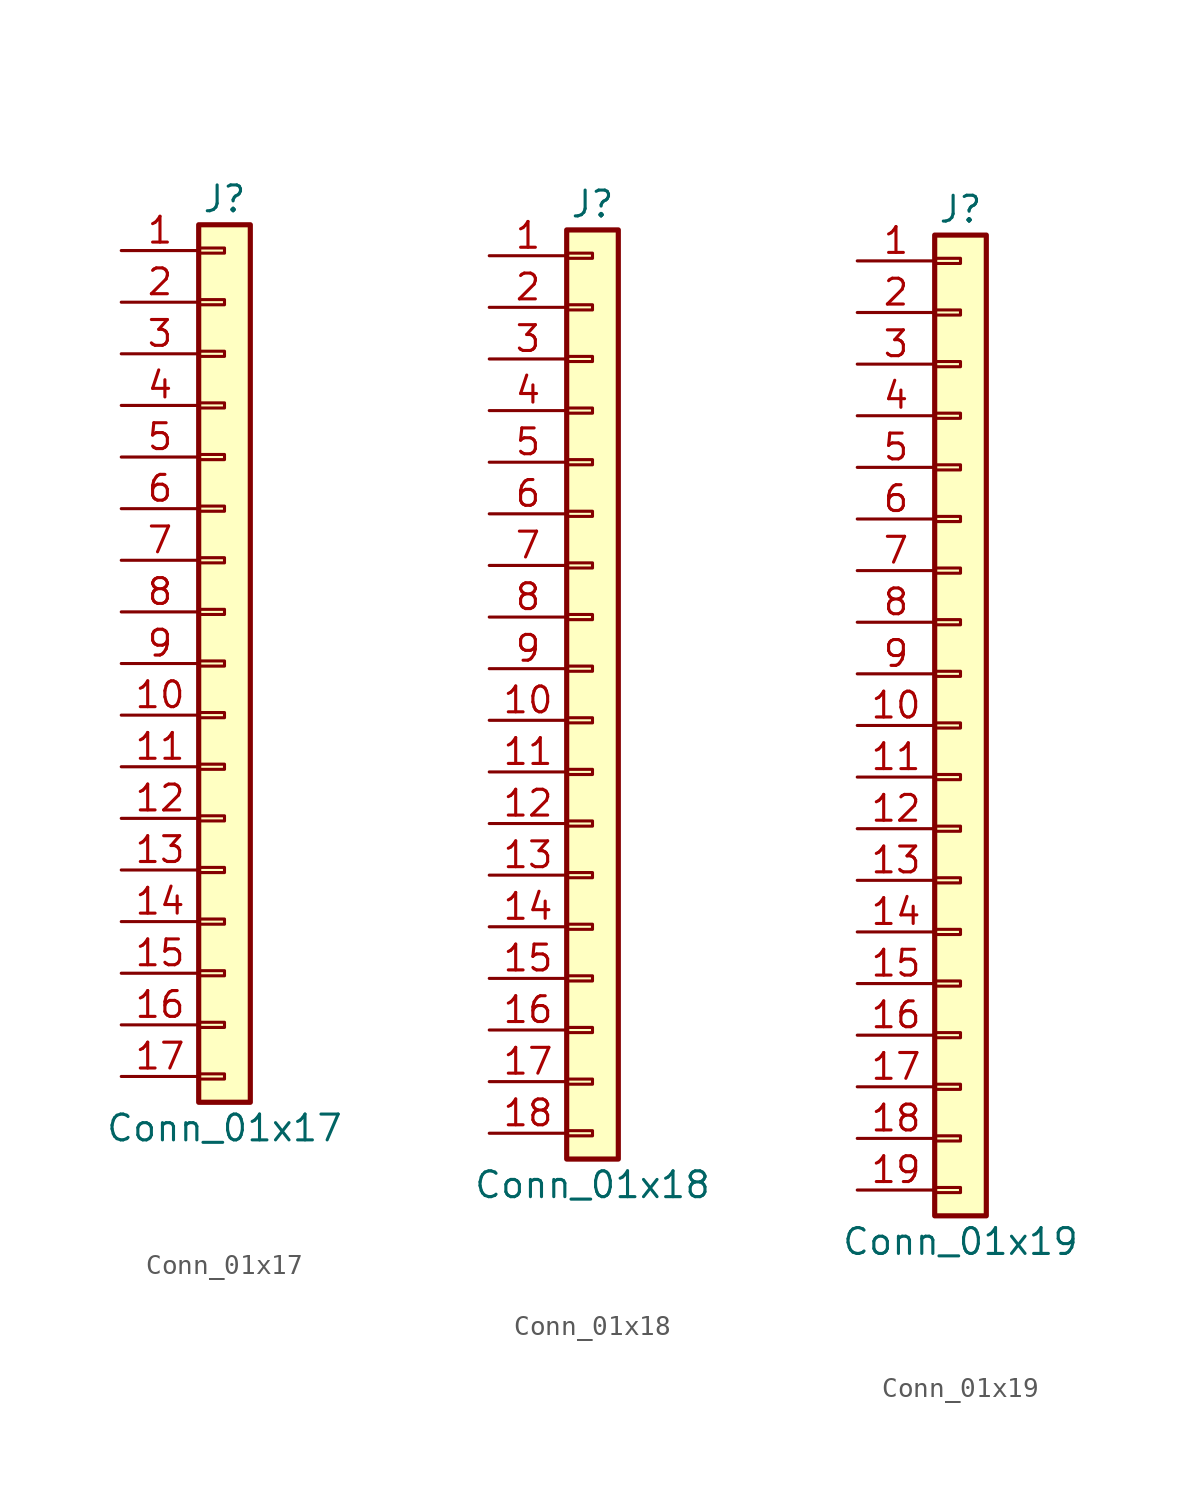
<source format=kicad_sym>
(kicad_symbol_lib
  (version 20201005)
  (generator kicad_symbol_editor)
  (symbol "Connector_Generic:Conn_01x17"
    (pin_names
      (offset 1.016) hide)
    (property "Reference" "J"
      (at 0 22.86 0)
      (effects (font (size 1.27 1.27))))
    (property "Value" "Conn_01x17"
      (at 0 -22.86 0)
      (effects (font (size 1.27 1.27))))
    (symbol "Conn_01x17_1_1"
      (rectangle (start -1.27 -4.953) (end 0 -5.207) (stroke (width 0.152)) (fill (type none)))
      (rectangle (start -1.27 -7.493) (end 0 -7.747) (stroke (width 0.152)) (fill (type none)))
      (rectangle (start -1.27 -10.033) (end 0 -10.287) (stroke (width 0.152)) (fill (type none)))
      (rectangle (start -1.27 -12.573) (end 0 -12.827) (stroke (width 0.152)) (fill (type none)))
      (rectangle (start -1.27 -15.113) (end 0 -15.367) (stroke (width 0.152)) (fill (type none)))
      (rectangle (start -1.27 -17.653) (end 0 -17.907) (stroke (width 0.152)) (fill (type none)))
      (rectangle (start -1.27 -20.193) (end 0 -20.447) (stroke (width 0.152)) (fill (type none)))
      (rectangle (start -1.27 -2.413) (end 0 -2.667) (stroke (width 0.152)) (fill (type none)))
      (rectangle (start -1.27 2.667) (end 0 2.413) (stroke (width 0.152)) (fill (type none)))
      (rectangle (start -1.27 5.207) (end 0 4.953) (stroke (width 0.152)) (fill (type none)))
      (rectangle (start -1.27 7.747) (end 0 7.493) (stroke (width 0.152)) (fill (type none)))
      (rectangle (start -1.27 10.287) (end 0 10.033) (stroke (width 0.152)) (fill (type none)))
      (rectangle (start -1.27 0.127) (end 0 -0.127) (stroke (width 0.152)) (fill (type none)))
      (rectangle (start -1.27 12.827) (end 0 12.573) (stroke (width 0.152)) (fill (type none)))
      (rectangle (start -1.27 15.367) (end 0 15.113) (stroke (width 0.152)) (fill (type none)))
      (rectangle (start -1.27 17.907) (end 0 17.653) (stroke (width 0.152)) (fill (type none)))
      (rectangle (start -1.27 20.447) (end 0 20.193) (stroke (width 0.152)) (fill (type none)))
      (rectangle (start -1.27 21.59) (end 1.27 -21.59) (stroke (width 0.254)) (fill (type background)))
      (pin passive line (at -5.08 20.32 0) (length 3.81) (name "Pin_1" (effects (font (size 1.27 1.27)))) (number "1" (effects (font (size 1.27 1.27)))))
      (pin passive line (at -5.08 -2.54 0) (length 3.81) (name "Pin_10" (effects (font (size 1.27 1.27)))) (number "10" (effects (font (size 1.27 1.27)))))
      (pin passive line (at -5.08 -5.08 0) (length 3.81) (name "Pin_11" (effects (font (size 1.27 1.27)))) (number "11" (effects (font (size 1.27 1.27)))))
      (pin passive line (at -5.08 -7.62 0) (length 3.81) (name "Pin_12" (effects (font (size 1.27 1.27)))) (number "12" (effects (font (size 1.27 1.27)))))
      (pin passive line (at -5.08 -10.16 0) (length 3.81) (name "Pin_13" (effects (font (size 1.27 1.27)))) (number "13" (effects (font (size 1.27 1.27)))))
      (pin passive line (at -5.08 -12.7 0) (length 3.81) (name "Pin_14" (effects (font (size 1.27 1.27)))) (number "14" (effects (font (size 1.27 1.27)))))
      (pin passive line (at -5.08 -15.24 0) (length 3.81) (name "Pin_15" (effects (font (size 1.27 1.27)))) (number "15" (effects (font (size 1.27 1.27)))))
      (pin passive line (at -5.08 -17.78 0) (length 3.81) (name "Pin_16" (effects (font (size 1.27 1.27)))) (number "16" (effects (font (size 1.27 1.27)))))
      (pin passive line (at -5.08 -20.32 0) (length 3.81) (name "Pin_17" (effects (font (size 1.27 1.27)))) (number "17" (effects (font (size 1.27 1.27)))))
      (pin passive line (at -5.08 17.78 0) (length 3.81) (name "Pin_2" (effects (font (size 1.27 1.27)))) (number "2" (effects (font (size 1.27 1.27)))))
      (pin passive line (at -5.08 15.24 0) (length 3.81) (name "Pin_3" (effects (font (size 1.27 1.27)))) (number "3" (effects (font (size 1.27 1.27)))))
      (pin passive line (at -5.08 12.7 0) (length 3.81) (name "Pin_4" (effects (font (size 1.27 1.27)))) (number "4" (effects (font (size 1.27 1.27)))))
      (pin passive line (at -5.08 10.16 0) (length 3.81) (name "Pin_5" (effects (font (size 1.27 1.27)))) (number "5" (effects (font (size 1.27 1.27)))))
      (pin passive line (at -5.08 7.62 0) (length 3.81) (name "Pin_6" (effects (font (size 1.27 1.27)))) (number "6" (effects (font (size 1.27 1.27)))))
      (pin passive line (at -5.08 5.08 0) (length 3.81) (name "Pin_7" (effects (font (size 1.27 1.27)))) (number "7" (effects (font (size 1.27 1.27)))))
      (pin passive line (at -5.08 2.54 0) (length 3.81) (name "Pin_8" (effects (font (size 1.27 1.27)))) (number "8" (effects (font (size 1.27 1.27)))))
      (pin passive line (at -5.08 0 0) (length 3.81) (name "Pin_9" (effects (font (size 1.27 1.27)))) (number "9" (effects (font (size 1.27 1.27)))))))
  (symbol "Connector_Generic:Conn_01x18"
    (pin_names
      (offset 1.016) hide)
    (property "Reference" "J"
      (at 0 22.86 0)
      (effects (font (size 1.27 1.27))))
    (property "Value" "Conn_01x18"
      (at 0 -25.4 0)
      (effects (font (size 1.27 1.27))))
    (symbol "Conn_01x18_1_1"
      (rectangle (start -1.27 -4.953) (end 0 -5.207) (stroke (width 0.152)) (fill (type none)))
      (rectangle (start -1.27 -7.493) (end 0 -7.747) (stroke (width 0.152)) (fill (type none)))
      (rectangle (start -1.27 -10.033) (end 0 -10.287) (stroke (width 0.152)) (fill (type none)))
      (rectangle (start -1.27 -12.573) (end 0 -12.827) (stroke (width 0.152)) (fill (type none)))
      (rectangle (start -1.27 -15.113) (end 0 -15.367) (stroke (width 0.152)) (fill (type none)))
      (rectangle (start -1.27 -17.653) (end 0 -17.907) (stroke (width 0.152)) (fill (type none)))
      (rectangle (start -1.27 -20.193) (end 0 -20.447) (stroke (width 0.152)) (fill (type none)))
      (rectangle (start -1.27 -22.733) (end 0 -22.987) (stroke (width 0.152)) (fill (type none)))
      (rectangle (start -1.27 -2.413) (end 0 -2.667) (stroke (width 0.152)) (fill (type none)))
      (rectangle (start -1.27 2.667) (end 0 2.413) (stroke (width 0.152)) (fill (type none)))
      (rectangle (start -1.27 5.207) (end 0 4.953) (stroke (width 0.152)) (fill (type none)))
      (rectangle (start -1.27 7.747) (end 0 7.493) (stroke (width 0.152)) (fill (type none)))
      (rectangle (start -1.27 10.287) (end 0 10.033) (stroke (width 0.152)) (fill (type none)))
      (rectangle (start -1.27 0.127) (end 0 -0.127) (stroke (width 0.152)) (fill (type none)))
      (rectangle (start -1.27 12.827) (end 0 12.573) (stroke (width 0.152)) (fill (type none)))
      (rectangle (start -1.27 15.367) (end 0 15.113) (stroke (width 0.152)) (fill (type none)))
      (rectangle (start -1.27 17.907) (end 0 17.653) (stroke (width 0.152)) (fill (type none)))
      (rectangle (start -1.27 20.447) (end 0 20.193) (stroke (width 0.152)) (fill (type none)))
      (rectangle (start -1.27 21.59) (end 1.27 -24.13) (stroke (width 0.254)) (fill (type background)))
      (pin passive line (at -5.08 20.32 0) (length 3.81) (name "Pin_1" (effects (font (size 1.27 1.27)))) (number "1" (effects (font (size 1.27 1.27)))))
      (pin passive line (at -5.08 -2.54 0) (length 3.81) (name "Pin_10" (effects (font (size 1.27 1.27)))) (number "10" (effects (font (size 1.27 1.27)))))
      (pin passive line (at -5.08 -5.08 0) (length 3.81) (name "Pin_11" (effects (font (size 1.27 1.27)))) (number "11" (effects (font (size 1.27 1.27)))))
      (pin passive line (at -5.08 -7.62 0) (length 3.81) (name "Pin_12" (effects (font (size 1.27 1.27)))) (number "12" (effects (font (size 1.27 1.27)))))
      (pin passive line (at -5.08 -10.16 0) (length 3.81) (name "Pin_13" (effects (font (size 1.27 1.27)))) (number "13" (effects (font (size 1.27 1.27)))))
      (pin passive line (at -5.08 -12.7 0) (length 3.81) (name "Pin_14" (effects (font (size 1.27 1.27)))) (number "14" (effects (font (size 1.27 1.27)))))
      (pin passive line (at -5.08 -15.24 0) (length 3.81) (name "Pin_15" (effects (font (size 1.27 1.27)))) (number "15" (effects (font (size 1.27 1.27)))))
      (pin passive line (at -5.08 -17.78 0) (length 3.81) (name "Pin_16" (effects (font (size 1.27 1.27)))) (number "16" (effects (font (size 1.27 1.27)))))
      (pin passive line (at -5.08 -20.32 0) (length 3.81) (name "Pin_17" (effects (font (size 1.27 1.27)))) (number "17" (effects (font (size 1.27 1.27)))))
      (pin passive line (at -5.08 -22.86 0) (length 3.81) (name "Pin_18" (effects (font (size 1.27 1.27)))) (number "18" (effects (font (size 1.27 1.27)))))
      (pin passive line (at -5.08 17.78 0) (length 3.81) (name "Pin_2" (effects (font (size 1.27 1.27)))) (number "2" (effects (font (size 1.27 1.27)))))
      (pin passive line (at -5.08 15.24 0) (length 3.81) (name "Pin_3" (effects (font (size 1.27 1.27)))) (number "3" (effects (font (size 1.27 1.27)))))
      (pin passive line (at -5.08 12.7 0) (length 3.81) (name "Pin_4" (effects (font (size 1.27 1.27)))) (number "4" (effects (font (size 1.27 1.27)))))
      (pin passive line (at -5.08 10.16 0) (length 3.81) (name "Pin_5" (effects (font (size 1.27 1.27)))) (number "5" (effects (font (size 1.27 1.27)))))
      (pin passive line (at -5.08 7.62 0) (length 3.81) (name "Pin_6" (effects (font (size 1.27 1.27)))) (number "6" (effects (font (size 1.27 1.27)))))
      (pin passive line (at -5.08 5.08 0) (length 3.81) (name "Pin_7" (effects (font (size 1.27 1.27)))) (number "7" (effects (font (size 1.27 1.27)))))
      (pin passive line (at -5.08 2.54 0) (length 3.81) (name "Pin_8" (effects (font (size 1.27 1.27)))) (number "8" (effects (font (size 1.27 1.27)))))
      (pin passive line (at -5.08 0 0) (length 3.81) (name "Pin_9" (effects (font (size 1.27 1.27)))) (number "9" (effects (font (size 1.27 1.27)))))))
  (symbol "Connector_Generic:Conn_01x19"
    (pin_names
      (offset 1.016) hide)
    (property "Reference" "J"
      (at 0 25.4 0)
      (effects (font (size 1.27 1.27))))
    (property "Value" "Conn_01x19"
      (at 0 -25.4 0)
      (effects (font (size 1.27 1.27))))
    (symbol "Conn_01x19_1_1"
      (rectangle (start -1.27 -4.953) (end 0 -5.207) (stroke (width 0.152)) (fill (type none)))
      (rectangle (start -1.27 -7.493) (end 0 -7.747) (stroke (width 0.152)) (fill (type none)))
      (rectangle (start -1.27 -10.033) (end 0 -10.287) (stroke (width 0.152)) (fill (type none)))
      (rectangle (start -1.27 -12.573) (end 0 -12.827) (stroke (width 0.152)) (fill (type none)))
      (rectangle (start -1.27 -15.113) (end 0 -15.367) (stroke (width 0.152)) (fill (type none)))
      (rectangle (start -1.27 -17.653) (end 0 -17.907) (stroke (width 0.152)) (fill (type none)))
      (rectangle (start -1.27 -20.193) (end 0 -20.447) (stroke (width 0.152)) (fill (type none)))
      (rectangle (start -1.27 -22.733) (end 0 -22.987) (stroke (width 0.152)) (fill (type none)))
      (rectangle (start -1.27 -2.413) (end 0 -2.667) (stroke (width 0.152)) (fill (type none)))
      (rectangle (start -1.27 2.667) (end 0 2.413) (stroke (width 0.152)) (fill (type none)))
      (rectangle (start -1.27 5.207) (end 0 4.953) (stroke (width 0.152)) (fill (type none)))
      (rectangle (start -1.27 7.747) (end 0 7.493) (stroke (width 0.152)) (fill (type none)))
      (rectangle (start -1.27 10.287) (end 0 10.033) (stroke (width 0.152)) (fill (type none)))
      (rectangle (start -1.27 0.127) (end 0 -0.127) (stroke (width 0.152)) (fill (type none)))
      (rectangle (start -1.27 12.827) (end 0 12.573) (stroke (width 0.152)) (fill (type none)))
      (rectangle (start -1.27 15.367) (end 0 15.113) (stroke (width 0.152)) (fill (type none)))
      (rectangle (start -1.27 17.907) (end 0 17.653) (stroke (width 0.152)) (fill (type none)))
      (rectangle (start -1.27 20.447) (end 0 20.193) (stroke (width 0.152)) (fill (type none)))
      (rectangle (start -1.27 22.987) (end 0 22.733) (stroke (width 0.152)) (fill (type none)))
      (rectangle (start -1.27 24.13) (end 1.27 -24.13) (stroke (width 0.254)) (fill (type background)))
      (pin passive line (at -5.08 22.86 0) (length 3.81) (name "Pin_1" (effects (font (size 1.27 1.27)))) (number "1" (effects (font (size 1.27 1.27)))))
      (pin passive line (at -5.08 0 0) (length 3.81) (name "Pin_10" (effects (font (size 1.27 1.27)))) (number "10" (effects (font (size 1.27 1.27)))))
      (pin passive line (at -5.08 -2.54 0) (length 3.81) (name "Pin_11" (effects (font (size 1.27 1.27)))) (number "11" (effects (font (size 1.27 1.27)))))
      (pin passive line (at -5.08 -5.08 0) (length 3.81) (name "Pin_12" (effects (font (size 1.27 1.27)))) (number "12" (effects (font (size 1.27 1.27)))))
      (pin passive line (at -5.08 -7.62 0) (length 3.81) (name "Pin_13" (effects (font (size 1.27 1.27)))) (number "13" (effects (font (size 1.27 1.27)))))
      (pin passive line (at -5.08 -10.16 0) (length 3.81) (name "Pin_14" (effects (font (size 1.27 1.27)))) (number "14" (effects (font (size 1.27 1.27)))))
      (pin passive line (at -5.08 -12.7 0) (length 3.81) (name "Pin_15" (effects (font (size 1.27 1.27)))) (number "15" (effects (font (size 1.27 1.27)))))
      (pin passive line (at -5.08 -15.24 0) (length 3.81) (name "Pin_16" (effects (font (size 1.27 1.27)))) (number "16" (effects (font (size 1.27 1.27)))))
      (pin passive line (at -5.08 -17.78 0) (length 3.81) (name "Pin_17" (effects (font (size 1.27 1.27)))) (number "17" (effects (font (size 1.27 1.27)))))
      (pin passive line (at -5.08 -20.32 0) (length 3.81) (name "Pin_18" (effects (font (size 1.27 1.27)))) (number "18" (effects (font (size 1.27 1.27)))))
      (pin passive line (at -5.08 -22.86 0) (length 3.81) (name "Pin_19" (effects (font (size 1.27 1.27)))) (number "19" (effects (font (size 1.27 1.27)))))
      (pin passive line (at -5.08 20.32 0) (length 3.81) (name "Pin_2" (effects (font (size 1.27 1.27)))) (number "2" (effects (font (size 1.27 1.27)))))
      (pin passive line (at -5.08 17.78 0) (length 3.81) (name "Pin_3" (effects (font (size 1.27 1.27)))) (number "3" (effects (font (size 1.27 1.27)))))
      (pin passive line (at -5.08 15.24 0) (length 3.81) (name "Pin_4" (effects (font (size 1.27 1.27)))) (number "4" (effects (font (size 1.27 1.27)))))
      (pin passive line (at -5.08 12.7 0) (length 3.81) (name "Pin_5" (effects (font (size 1.27 1.27)))) (number "5" (effects (font (size 1.27 1.27)))))
      (pin passive line (at -5.08 10.16 0) (length 3.81) (name "Pin_6" (effects (font (size 1.27 1.27)))) (number "6" (effects (font (size 1.27 1.27)))))
      (pin passive line (at -5.08 7.62 0) (length 3.81) (name "Pin_7" (effects (font (size 1.27 1.27)))) (number "7" (effects (font (size 1.27 1.27)))))
      (pin passive line (at -5.08 5.08 0) (length 3.81) (name "Pin_8" (effects (font (size 1.27 1.27)))) (number "8" (effects (font (size 1.27 1.27)))))
      (pin passive line (at -5.08 2.54 0) (length 3.81) (name "Pin_9" (effects (font (size 1.27 1.27)))) (number "9" (effects (font (size 1.27 1.27))))))))
</source>
